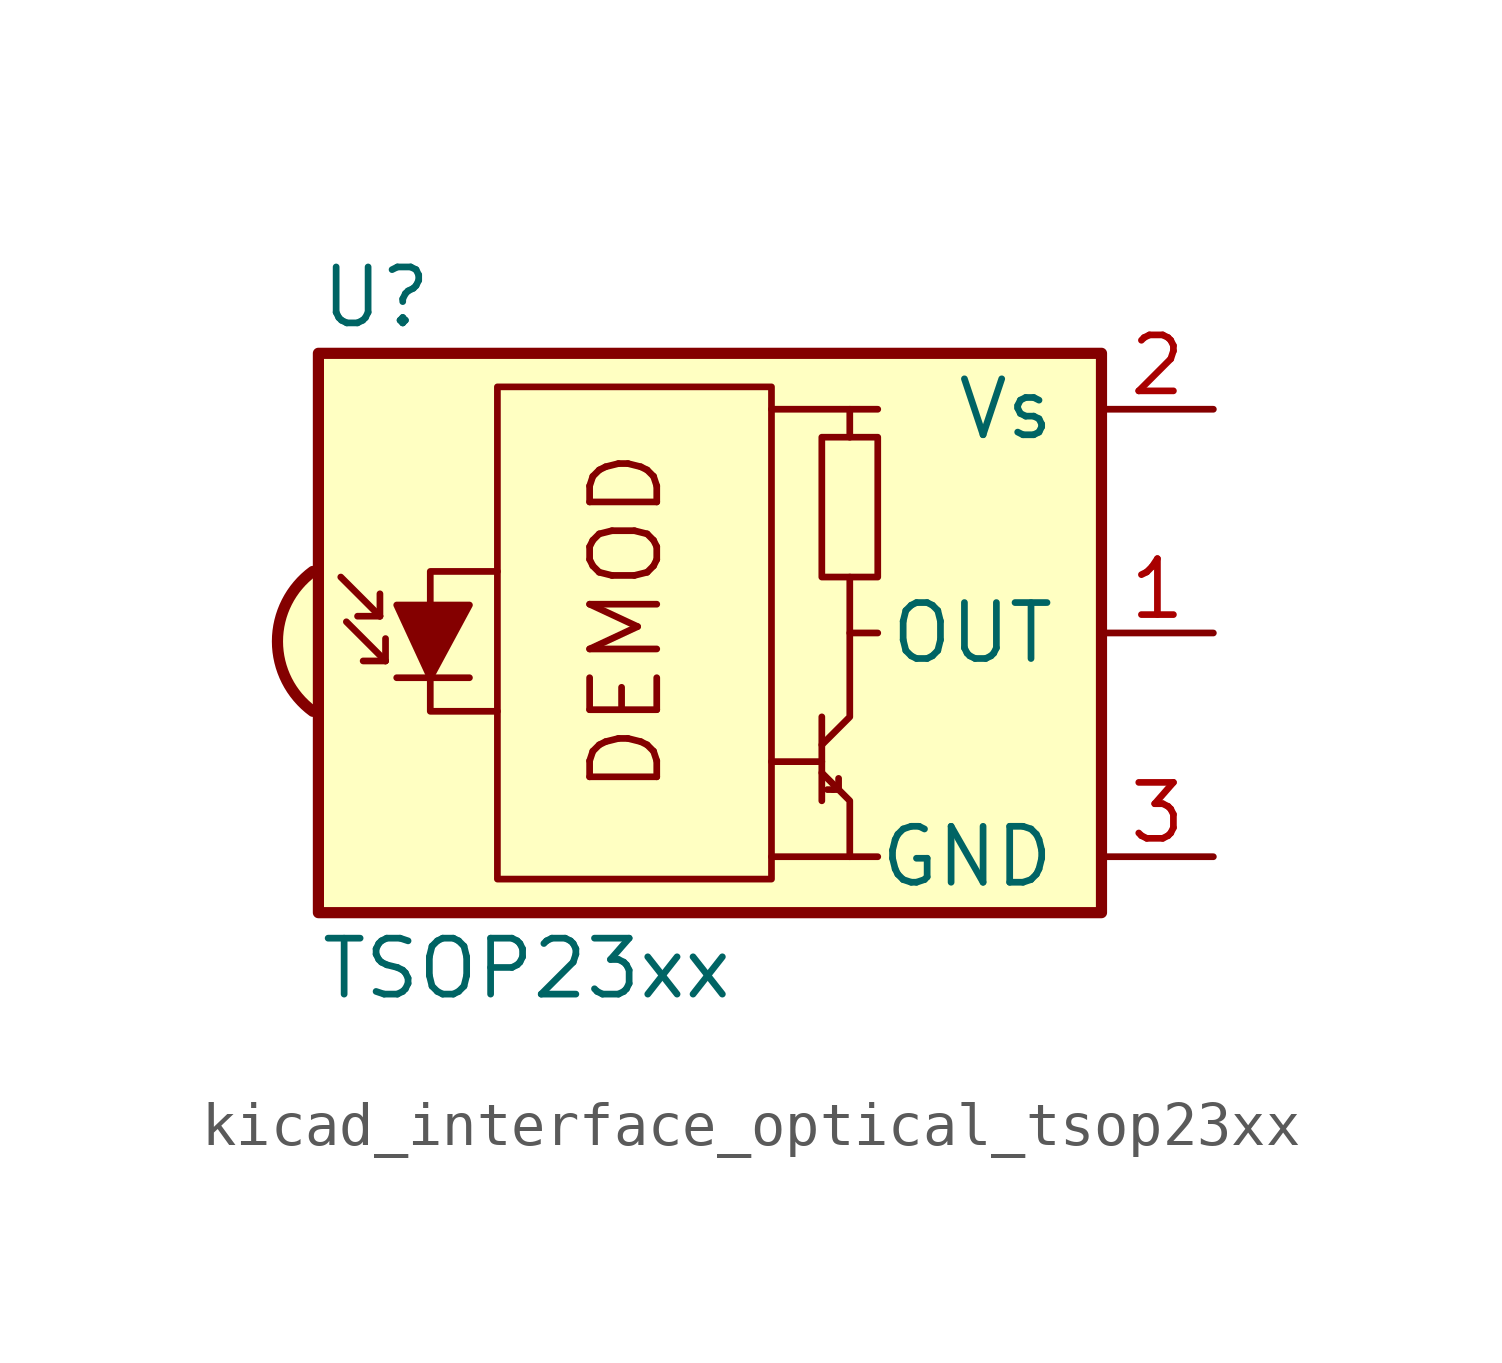
<source format=kicad_sym>
(kicad_symbol_lib
  (version 20220914)
  (generator kicad_symbol_editor)
  (symbol "kicad_interface_optical_tsop23xx"
    (pin_names
      (offset 1.016))
    (property "Reference" "U"
      (at -10.16 7.62 0)
      (effects (font (size 1.27 1.27)) (justify left)))
    (property "Value" "TSOP23xx"
      (at -10.16 -7.62 0)
      (effects (font (size 1.27 1.27)) (justify left)))
    (symbol "kicad_interface_optical_tsop23xx_0_0"
      (arc (start -10.287 1.397) (mid -11.0899 -0.1852) (end -10.287 -1.778) (stroke (width 0.254) (type default)) (fill (type background)))
      (polyline (pts (xy 1.905 -5.08) (xy 0.127 -5.08)) (stroke (width 0) (type default)) (fill (type none)))
      (polyline (pts (xy 1.905 5.08) (xy 0.127 5.08)) (stroke (width 0) (type default)) (fill (type none)))
      (text "DEMOD" (at -3.175 0.254 900) (effects (font (size 1.524 1.524)))))
    (symbol "kicad_interface_optical_tsop23xx_0_1"
      (rectangle (start -6.096 5.588) (end 0.127 -5.588) (stroke (width 0) (type default)) (fill (type none)))
      (polyline (pts (xy -8.763 0.381) (xy -9.652 1.27)) (stroke (width 0) (type default)) (fill (type none)))
      (polyline (pts (xy -8.763 0.381) (xy -9.271 0.381)) (stroke (width 0) (type default)) (fill (type none)))
      (polyline (pts (xy -8.763 0.381) (xy -8.763 0.889)) (stroke (width 0) (type default)) (fill (type none)))
      (polyline (pts (xy -8.636 -0.635) (xy -9.525 0.254)) (stroke (width 0) (type default)) (fill (type none)))
      (polyline (pts (xy -8.636 -0.635) (xy -9.144 -0.635)) (stroke (width 0) (type default)) (fill (type none)))
      (polyline (pts (xy -8.636 -0.635) (xy -8.636 -0.127)) (stroke (width 0) (type default)) (fill (type none)))
      (polyline (pts (xy -8.382 -1.016) (xy -6.731 -1.016)) (stroke (width 0) (type default)) (fill (type none)))
      (polyline (pts (xy 1.27 -2.921) (xy 0.127 -2.921)) (stroke (width 0) (type default)) (fill (type none)))
      (polyline (pts (xy 1.27 -1.905) (xy 1.27 -3.81)) (stroke (width 0) (type default)) (fill (type none)))
      (polyline (pts (xy 1.397 -3.556) (xy 1.524 -3.556)) (stroke (width 0) (type default)) (fill (type none)))
      (polyline (pts (xy 1.651 -3.556) (xy 1.524 -3.556)) (stroke (width 0) (type default)) (fill (type none)))
      (polyline (pts (xy 1.651 -3.556) (xy 1.651 -3.302)) (stroke (width 0) (type default)) (fill (type none)))
      (polyline (pts (xy 1.905 0) (xy 1.905 1.27)) (stroke (width 0) (type default)) (fill (type none)))
      (polyline (pts (xy 1.905 4.445) (xy 1.905 5.08) (xy 2.54 5.08)) (stroke (width 0) (type default)) (fill (type none)))
      (polyline (pts (xy -8.382 0.635) (xy -6.731 0.635) (xy -7.62 -1.016) (xy -8.382 0.635)) (stroke (width 0) (type default)) (fill (type outline)))
      (polyline (pts (xy -6.096 1.397) (xy -7.62 1.397) (xy -7.62 -1.778) (xy -6.096 -1.778)) (stroke (width 0) (type default)) (fill (type none)))
      (polyline (pts (xy 1.27 -3.175) (xy 1.905 -3.81) (xy 1.905 -5.08) (xy 2.54 -5.08)) (stroke (width 0) (type default)) (fill (type none)))
      (polyline (pts (xy 1.27 -2.54) (xy 1.905 -1.905) (xy 1.905 0) (xy 2.54 0)) (stroke (width 0) (type default)) (fill (type none)))
      (rectangle (start 2.54 1.27) (end 1.27 4.445) (stroke (width 0) (type default)) (fill (type none)))
      (rectangle (start 7.62 6.35) (end -10.16 -6.35) (stroke (width 0.254) (type default)) (fill (type background))))
    (symbol "kicad_interface_optical_tsop23xx_1_1"
      (pin output line (at 10.16 0 180) (length 2.54) (name "OUT" (effects (font (size 1.27 1.27)))) (number "1" (effects (font (size 1.27 1.27)))))
      (pin power_in line (at 10.16 5.08 180) (length 2.54) (name "Vs" (effects (font (size 1.27 1.27)))) (number "2" (effects (font (size 1.27 1.27)))))
      (pin power_in line (at 10.16 -5.08 180) (length 2.54) (name "GND" (effects (font (size 1.27 1.27)))) (number "3" (effects (font (size 1.27 1.27))))))))
</source>
